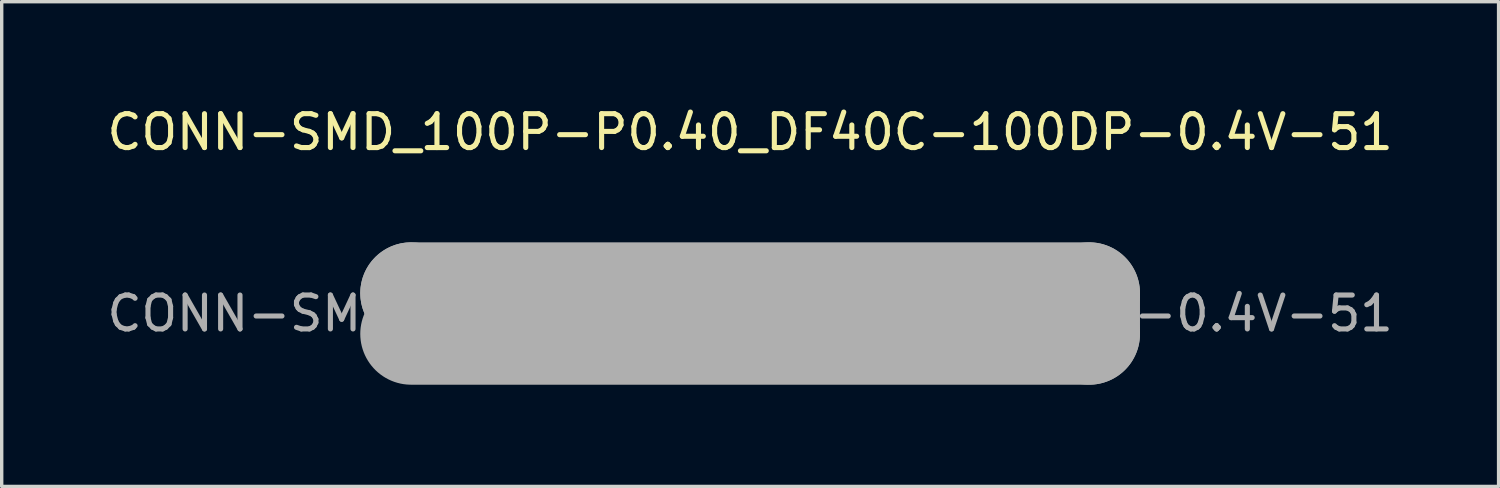
<source format=kicad_pcb>
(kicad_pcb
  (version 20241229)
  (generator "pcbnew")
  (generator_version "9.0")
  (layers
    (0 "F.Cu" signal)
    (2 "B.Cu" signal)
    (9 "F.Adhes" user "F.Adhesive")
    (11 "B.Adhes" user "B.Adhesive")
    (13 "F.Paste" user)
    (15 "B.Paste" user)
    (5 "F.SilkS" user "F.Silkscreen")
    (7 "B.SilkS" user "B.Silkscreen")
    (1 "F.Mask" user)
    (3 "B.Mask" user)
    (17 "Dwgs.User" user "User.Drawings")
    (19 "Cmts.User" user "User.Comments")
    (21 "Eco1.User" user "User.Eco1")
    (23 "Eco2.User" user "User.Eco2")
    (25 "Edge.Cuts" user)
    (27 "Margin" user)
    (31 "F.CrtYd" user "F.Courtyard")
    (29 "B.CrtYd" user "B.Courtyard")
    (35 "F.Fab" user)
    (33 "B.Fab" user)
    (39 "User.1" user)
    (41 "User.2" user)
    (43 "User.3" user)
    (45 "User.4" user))
  (footprint "CONN-SMD_100P-P0.40_DF40C-100DP-0.4V-51"
    (layer "F.Cu")
    (at 19.077 6.198)
    (property "Reference" "CONN-SMD_100P-P0.40_DF40C-100DP-0.4V-51" (at 0 -5.35 0) (layer "F.SilkS") (effects (font (size 1 1) (thickness 0.15))))
    (attr smd)
    (fp_line (start -10.8 -1.01) (end -10.8 0.99) (stroke (width 0.25) (type solid)) (layer "F.SilkS"))
    (fp_line (start -10.8 -1.01) (end -10.67 -1.01) (stroke (width 0.25) (type solid)) (layer "F.SilkS"))
    (fp_line (start -10.8 0.99) (end -10.67 0.99) (stroke (width 0.25) (type solid)) (layer "F.SilkS"))
    (fp_line (start 10.8 -1.01) (end 10.67 -1.01) (stroke (width 0.25) (type solid)) (layer "F.SilkS"))
    (fp_line (start 10.8 -1.01) (end 10.8 0.99) (stroke (width 0.25) (type solid)) (layer "F.SilkS"))
    (fp_line (start 10.8 0.99) (end 10.67 0.99) (stroke (width 0.25) (type solid)) (layer "F.SilkS"))
    (fp_line (start -10 -0.6) (end -10 -0.6) (stroke (width 3) (type solid)) (layer "F.Fab"))
    (fp_line (start -10 -0.6) (end 10 -0.6) (stroke (width 3) (type solid)) (layer "F.Fab"))
    (fp_line (start -4.8 -0.2) (end -4.8 -0.2) (stroke (width 3) (type solid)) (layer "F.Fab"))
    (fp_line (start -4.8 -0.2) (end -2.8 -0.2) (stroke (width 3) (type solid)) (layer "F.Fab"))
    (fp_line (start -2.8 -0.2) (end -2.8 0.2) (stroke (width 3) (type solid)) (layer "F.Fab"))
    (fp_line (start -2.8 0.2) (end -4.8 0.2) (stroke (width 3) (type solid)) (layer "F.Fab"))
    (fp_line (start 2.8 -0.2) (end 2.8 -0.2) (stroke (width 3) (type solid)) (layer "F.Fab"))
    (fp_line (start 2.8 -0.2) (end 4.8 -0.2) (stroke (width 3) (type solid)) (layer "F.Fab"))
    (fp_line (start 4.8 -0.2) (end 4.8 0.2) (stroke (width 3) (type solid)) (layer "F.Fab"))
    (fp_line (start 4.8 0.2) (end 2.8 0.2) (stroke (width 3) (type solid)) (layer "F.Fab"))
    (fp_line (start 10 -0.6) (end 10 0.6) (stroke (width 3) (type solid)) (layer "F.Fab"))
    (fp_line (start 10 0.6) (end -10 0.6) (stroke (width 3) (type solid)) (layer "F.Fab"))
    (fp_circle (center -10.75 1.49) (end -10.72 1.49) (stroke (width 0.06) (type solid)) (fill no) (layer "F.Fab"))
    (fp_text user "${REFERENCE}" (at 0 0 0) (layer "F.Fab") (effects (font (size 1 1) (thickness 0.15))))
    (pad "1" smd rect (at -9.8 1.35) (size 0.2 0.66) (layers "F.Cu" "F.Mask" "F.Paste"))
    (pad "2" smd rect (at -9.8 -1.35) (size 0.2 0.66) (layers "F.Cu" "F.Mask" "F.Paste"))
    (pad "3" smd rect (at -9.4 1.35) (size 0.2 0.66) (layers "F.Cu" "F.Mask" "F.Paste"))
    (pad "4" smd rect (at -9.4 -1.35) (size 0.2 0.66) (layers "F.Cu" "F.Mask" "F.Paste"))
    (pad "5" smd rect (at -9 1.35) (size 0.2 0.66) (layers "F.Cu" "F.Mask" "F.Paste"))
    (pad "6" smd rect (at -9 -1.35) (size 0.2 0.66) (layers "F.Cu" "F.Mask" "F.Paste"))
    (pad "7" smd rect (at -8.6 1.35) (size 0.2 0.66) (layers "F.Cu" "F.Mask" "F.Paste"))
    (pad "8" smd rect (at -8.6 -1.35) (size 0.2 0.66) (layers "F.Cu" "F.Mask" "F.Paste"))
    (pad "9" smd rect (at -8.2 1.35) (size 0.2 0.66) (layers "F.Cu" "F.Mask" "F.Paste"))
    (pad "10" smd rect (at -8.2 -1.35) (size 0.2 0.66) (layers "F.Cu" "F.Mask" "F.Paste"))
    (pad "11" smd rect (at -7.8 1.35) (size 0.2 0.66) (layers "F.Cu" "F.Mask" "F.Paste"))
    (pad "12" smd rect (at -7.8 -1.35) (size 0.2 0.66) (layers "F.Cu" "F.Mask" "F.Paste"))
    (pad "13" smd rect (at -7.4 1.35) (size 0.2 0.66) (layers "F.Cu" "F.Mask" "F.Paste"))
    (pad "14" smd rect (at -7.4 -1.35) (size 0.2 0.66) (layers "F.Cu" "F.Mask" "F.Paste"))
    (pad "15" smd rect (at -7 1.35) (size 0.2 0.66) (layers "F.Cu" "F.Mask" "F.Paste"))
    (pad "16" smd rect (at -7 -1.35) (size 0.2 0.66) (layers "F.Cu" "F.Mask" "F.Paste"))
    (pad "17" smd rect (at -6.6 1.35) (size 0.2 0.66) (layers "F.Cu" "F.Mask" "F.Paste"))
    (pad "18" smd rect (at -6.6 -1.35) (size 0.2 0.66) (layers "F.Cu" "F.Mask" "F.Paste"))
    (pad "19" smd rect (at -6.2 1.35) (size 0.2 0.66) (layers "F.Cu" "F.Mask" "F.Paste"))
    (pad "20" smd rect (at -6.2 -1.35) (size 0.2 0.66) (layers "F.Cu" "F.Mask" "F.Paste"))
    (pad "21" smd rect (at -5.8 1.35) (size 0.2 0.66) (layers "F.Cu" "F.Mask" "F.Paste"))
    (pad "22" smd rect (at -5.8 -1.35) (size 0.2 0.66) (layers "F.Cu" "F.Mask" "F.Paste"))
    (pad "23" smd rect (at -5.4 1.35) (size 0.2 0.66) (layers "F.Cu" "F.Mask" "F.Paste"))
    (pad "24" smd rect (at -5.4 -1.35) (size 0.2 0.66) (layers "F.Cu" "F.Mask" "F.Paste"))
    (pad "25" smd rect (at -5 1.35) (size 0.2 0.66) (layers "F.Cu" "F.Mask" "F.Paste"))
    (pad "26" smd rect (at -5 -1.35) (size 0.2 0.66) (layers "F.Cu" "F.Mask" "F.Paste"))
    (pad "27" smd rect (at -4.6 1.35) (size 0.2 0.66) (layers "F.Cu" "F.Mask" "F.Paste"))
    (pad "28" smd rect (at -4.6 -1.35) (size 0.2 0.66) (layers "F.Cu" "F.Mask" "F.Paste"))
    (pad "29" smd rect (at -4.2 1.35) (size 0.2 0.66) (layers "F.Cu" "F.Mask" "F.Paste"))
    (pad "30" smd rect (at -4.2 -1.35) (size 0.2 0.66) (layers "F.Cu" "F.Mask" "F.Paste"))
    (pad "31" smd rect (at -3.8 1.35) (size 0.2 0.66) (layers "F.Cu" "F.Mask" "F.Paste"))
    (pad "32" smd rect (at -3.8 -1.35) (size 0.2 0.66) (layers "F.Cu" "F.Mask" "F.Paste"))
    (pad "33" smd rect (at -3.4 1.35) (size 0.2 0.66) (layers "F.Cu" "F.Mask" "F.Paste"))
    (pad "34" smd rect (at -3.4 -1.35) (size 0.2 0.66) (layers "F.Cu" "F.Mask" "F.Paste"))
    (pad "35" smd rect (at -3 1.35) (size 0.2 0.66) (layers "F.Cu" "F.Mask" "F.Paste"))
    (pad "36" smd rect (at -3 -1.35) (size 0.2 0.66) (layers "F.Cu" "F.Mask" "F.Paste"))
    (pad "37" smd rect (at -2.6 1.35) (size 0.2 0.66) (layers "F.Cu" "F.Mask" "F.Paste"))
    (pad "38" smd rect (at -2.6 -1.35) (size 0.2 0.66) (layers "F.Cu" "F.Mask" "F.Paste"))
    (pad "39" smd rect (at -2.2 1.35) (size 0.2 0.66) (layers "F.Cu" "F.Mask" "F.Paste"))
    (pad "40" smd rect (at -2.2 -1.35) (size 0.2 0.66) (layers "F.Cu" "F.Mask" "F.Paste"))
    (pad "41" smd rect (at -1.8 1.35) (size 0.2 0.66) (layers "F.Cu" "F.Mask" "F.Paste"))
    (pad "42" smd rect (at -1.8 -1.35) (size 0.2 0.66) (layers "F.Cu" "F.Mask" "F.Paste"))
    (pad "43" smd rect (at -1.4 1.35) (size 0.2 0.66) (layers "F.Cu" "F.Mask" "F.Paste"))
    (pad "44" smd rect (at -1.4 -1.35) (size 0.2 0.66) (layers "F.Cu" "F.Mask" "F.Paste"))
    (pad "45" smd rect (at -1 1.35) (size 0.2 0.66) (layers "F.Cu" "F.Mask" "F.Paste"))
    (pad "46" smd rect (at -1 -1.35) (size 0.2 0.66) (layers "F.Cu" "F.Mask" "F.Paste"))
    (pad "47" smd rect (at -0.6 1.35) (size 0.2 0.66) (layers "F.Cu" "F.Mask" "F.Paste"))
    (pad "48" smd rect (at -0.6 -1.35) (size 0.2 0.66) (layers "F.Cu" "F.Mask" "F.Paste"))
    (pad "49" smd rect (at -0.2 1.35) (size 0.2 0.66) (layers "F.Cu" "F.Mask" "F.Paste"))
    (pad "50" smd rect (at -0.2 -1.35) (size 0.2 0.66) (layers "F.Cu" "F.Mask" "F.Paste"))
    (pad "51" smd rect (at 0.2 1.35) (size 0.2 0.66) (layers "F.Cu" "F.Mask" "F.Paste"))
    (pad "52" smd rect (at 0.2 -1.35) (size 0.2 0.66) (layers "F.Cu" "F.Mask" "F.Paste"))
    (pad "53" smd rect (at 0.6 1.35) (size 0.2 0.66) (layers "F.Cu" "F.Mask" "F.Paste"))
    (pad "54" smd rect (at 0.6 -1.35) (size 0.2 0.66) (layers "F.Cu" "F.Mask" "F.Paste"))
    (pad "55" smd rect (at 1 1.35) (size 0.2 0.66) (layers "F.Cu" "F.Mask" "F.Paste"))
    (pad "56" smd rect (at 1 -1.35) (size 0.2 0.66) (layers "F.Cu" "F.Mask" "F.Paste"))
    (pad "57" smd rect (at 1.4 1.35) (size 0.2 0.66) (layers "F.Cu" "F.Mask" "F.Paste"))
    (pad "58" smd rect (at 1.4 -1.35) (size 0.2 0.66) (layers "F.Cu" "F.Mask" "F.Paste"))
    (pad "59" smd rect (at 1.8 1.35) (size 0.2 0.66) (layers "F.Cu" "F.Mask" "F.Paste"))
    (pad "60" smd rect (at 1.8 -1.35) (size 0.2 0.66) (layers "F.Cu" "F.Mask" "F.Paste"))
    (pad "61" smd rect (at 2.2 1.35) (size 0.2 0.66) (layers "F.Cu" "F.Mask" "F.Paste"))
    (pad "62" smd rect (at 2.2 -1.35) (size 0.2 0.66) (layers "F.Cu" "F.Mask" "F.Paste"))
    (pad "63" smd rect (at 2.6 1.35) (size 0.2 0.66) (layers "F.Cu" "F.Mask" "F.Paste"))
    (pad "64" smd rect (at 2.6 -1.35) (size 0.2 0.66) (layers "F.Cu" "F.Mask" "F.Paste"))
    (pad "65" smd rect (at 3 1.35) (size 0.2 0.66) (layers "F.Cu" "F.Mask" "F.Paste"))
    (pad "66" smd rect (at 3 -1.35) (size 0.2 0.66) (layers "F.Cu" "F.Mask" "F.Paste"))
    (pad "67" smd rect (at 3.4 1.35) (size 0.2 0.66) (layers "F.Cu" "F.Mask" "F.Paste"))
    (pad "68" smd rect (at 3.4 -1.35) (size 0.2 0.66) (layers "F.Cu" "F.Mask" "F.Paste"))
    (pad "69" smd rect (at 3.8 1.35) (size 0.2 0.66) (layers "F.Cu" "F.Mask" "F.Paste"))
    (pad "70" smd rect (at 3.8 -1.35) (size 0.2 0.66) (layers "F.Cu" "F.Mask" "F.Paste"))
    (pad "71" smd rect (at 4.2 1.35) (size 0.2 0.66) (layers "F.Cu" "F.Mask" "F.Paste"))
    (pad "72" smd rect (at 4.2 -1.35) (size 0.2 0.66) (layers "F.Cu" "F.Mask" "F.Paste"))
    (pad "73" smd rect (at 4.6 1.35) (size 0.2 0.66) (layers "F.Cu" "F.Mask" "F.Paste"))
    (pad "74" smd rect (at 4.6 -1.35) (size 0.2 0.66) (layers "F.Cu" "F.Mask" "F.Paste"))
    (pad "75" smd rect (at 5 1.35) (size 0.2 0.66) (layers "F.Cu" "F.Mask" "F.Paste"))
    (pad "76" smd rect (at 5 -1.35) (size 0.2 0.66) (layers "F.Cu" "F.Mask" "F.Paste"))
    (pad "77" smd rect (at 5.4 1.35) (size 0.2 0.66) (layers "F.Cu" "F.Mask" "F.Paste"))
    (pad "78" smd rect (at 5.4 -1.35) (size 0.2 0.66) (layers "F.Cu" "F.Mask" "F.Paste"))
    (pad "79" smd rect (at 5.8 1.35) (size 0.2 0.66) (layers "F.Cu" "F.Mask" "F.Paste"))
    (pad "80" smd rect (at 5.8 -1.35) (size 0.2 0.66) (layers "F.Cu" "F.Mask" "F.Paste"))
    (pad "81" smd rect (at 6.2 1.35) (size 0.2 0.66) (layers "F.Cu" "F.Mask" "F.Paste"))
    (pad "82" smd rect (at 6.2 -1.35) (size 0.2 0.66) (layers "F.Cu" "F.Mask" "F.Paste"))
    (pad "83" smd rect (at 6.6 1.35) (size 0.2 0.66) (layers "F.Cu" "F.Mask" "F.Paste"))
    (pad "84" smd rect (at 6.6 -1.35) (size 0.2 0.66) (layers "F.Cu" "F.Mask" "F.Paste"))
    (pad "85" smd rect (at 7 1.35) (size 0.2 0.66) (layers "F.Cu" "F.Mask" "F.Paste"))
    (pad "86" smd rect (at 7 -1.35) (size 0.2 0.66) (layers "F.Cu" "F.Mask" "F.Paste"))
    (pad "87" smd rect (at 7.4 1.35) (size 0.2 0.66) (layers "F.Cu" "F.Mask" "F.Paste"))
    (pad "88" smd rect (at 7.4 -1.35) (size 0.2 0.66) (layers "F.Cu" "F.Mask" "F.Paste"))
    (pad "89" smd rect (at 7.8 1.35) (size 0.2 0.66) (layers "F.Cu" "F.Mask" "F.Paste"))
    (pad "90" smd rect (at 7.8 -1.35) (size 0.2 0.66) (layers "F.Cu" "F.Mask" "F.Paste"))
    (pad "91" smd rect (at 8.2 1.35) (size 0.2 0.66) (layers "F.Cu" "F.Mask" "F.Paste"))
    (pad "92" smd rect (at 8.2 -1.35) (size 0.2 0.66) (layers "F.Cu" "F.Mask" "F.Paste"))
    (pad "93" smd rect (at 8.6 1.35) (size 0.2 0.66) (layers "F.Cu" "F.Mask" "F.Paste"))
    (pad "94" smd rect (at 8.6 -1.35) (size 0.2 0.66) (layers "F.Cu" "F.Mask" "F.Paste"))
    (pad "95" smd rect (at 9 1.35) (size 0.2 0.66) (layers "F.Cu" "F.Mask" "F.Paste"))
    (pad "96" smd rect (at 9 -1.35) (size 0.2 0.66) (layers "F.Cu" "F.Mask" "F.Paste"))
    (pad "97" smd rect (at 9.4 1.35) (size 0.2 0.66) (layers "F.Cu" "F.Mask" "F.Paste"))
    (pad "98" smd rect (at 9.4 -1.35) (size 0.2 0.66) (layers "F.Cu" "F.Mask" "F.Paste"))
    (pad "99" smd rect (at 9.8 1.35) (size 0.2 0.66) (layers "F.Cu" "F.Mask" "F.Paste"))
    (pad "100" smd rect (at 9.8 -1.35) (size 0.2 0.66) (layers "F.Cu" "F.Mask" "F.Paste"))
    (pad "101" smd rect (at 10.27 1.35) (size 0.3 0.66) (layers "F.Cu" "F.Mask" "F.Paste"))
    (pad "102" smd rect (at 10.27 -1.35) (size 0.3 0.66) (layers "F.Cu" "F.Mask" "F.Paste"))
    (pad "103" smd rect (at -10.27 1.35) (size 0.3 0.66) (layers "F.Cu" "F.Mask" "F.Paste"))
    (pad "104" smd rect (at -10.27 -1.35) (size 0.3 0.66) (layers "F.Cu" "F.Mask" "F.Paste")))
  (gr_rect
    (start -3 -3)
    (end 41.155 11.298)
    (stroke (width 0.1) (type default))
    (fill no)
    (layer "Edge.Cuts")))
</source>
